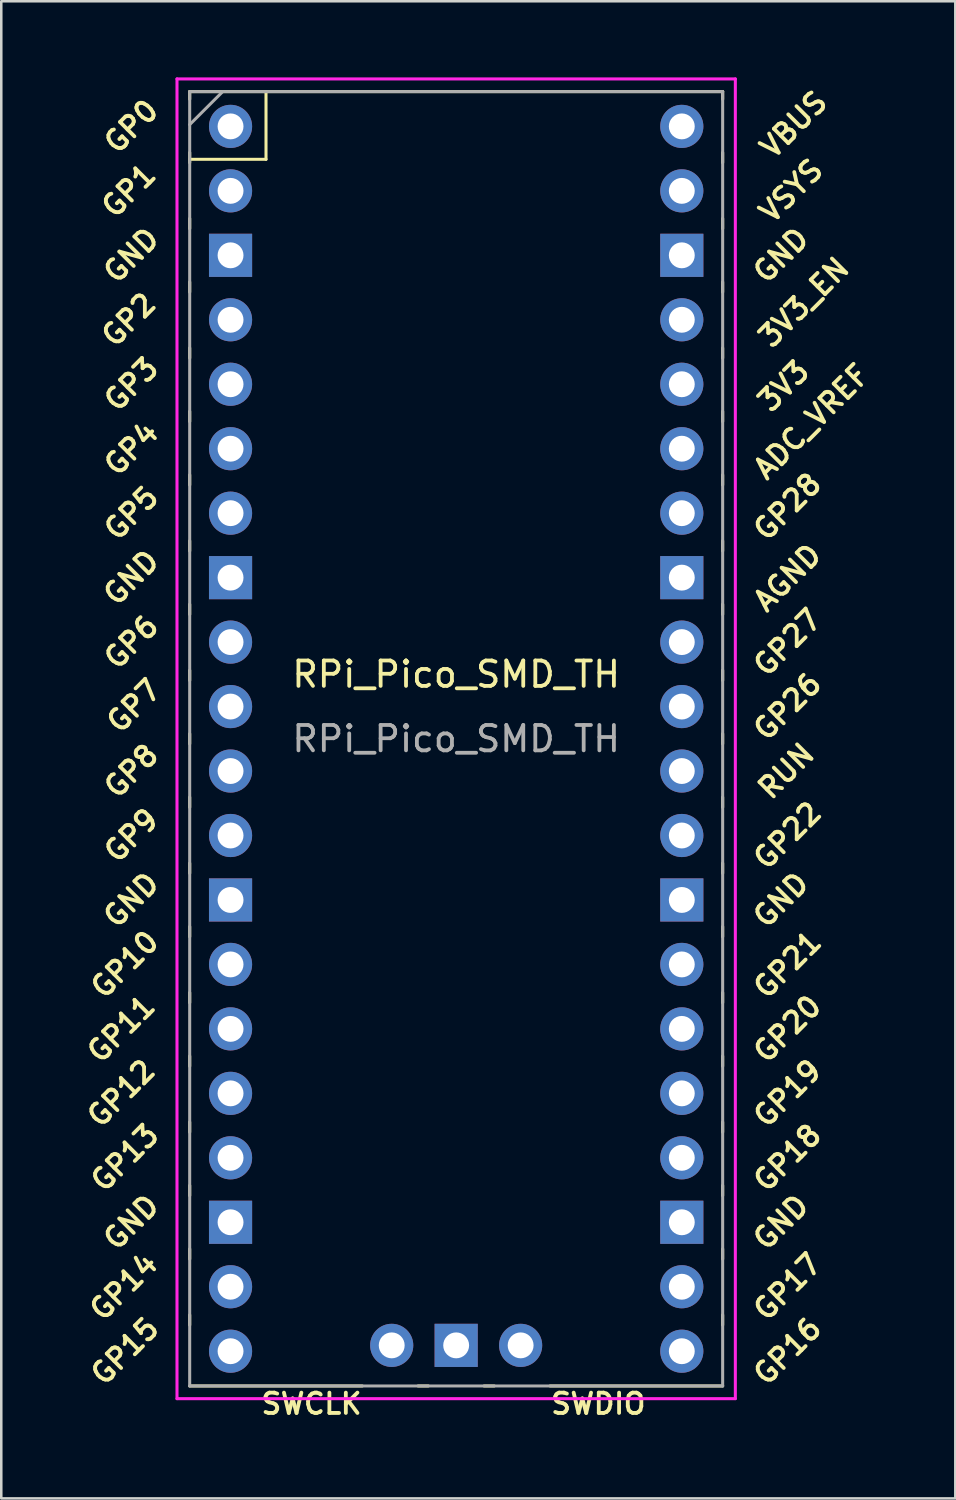
<source format=kicad_pcb>
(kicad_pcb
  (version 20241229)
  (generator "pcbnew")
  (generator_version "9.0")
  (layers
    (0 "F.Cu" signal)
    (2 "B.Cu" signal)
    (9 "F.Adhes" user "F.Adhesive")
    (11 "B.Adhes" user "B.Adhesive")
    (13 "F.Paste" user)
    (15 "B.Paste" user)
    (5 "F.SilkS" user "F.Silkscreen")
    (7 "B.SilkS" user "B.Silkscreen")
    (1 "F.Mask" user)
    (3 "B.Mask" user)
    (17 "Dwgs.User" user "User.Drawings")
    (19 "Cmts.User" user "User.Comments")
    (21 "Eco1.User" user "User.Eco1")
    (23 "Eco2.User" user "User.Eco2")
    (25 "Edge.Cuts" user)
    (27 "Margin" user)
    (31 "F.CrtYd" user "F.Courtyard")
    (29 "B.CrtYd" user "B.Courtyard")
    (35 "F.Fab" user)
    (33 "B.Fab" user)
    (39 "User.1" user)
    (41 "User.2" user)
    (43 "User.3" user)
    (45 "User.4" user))
  (footprint "RPi_Pico_SMD_TH"
    (layer "F.Cu")
    (at 14.924 26.06)
    (property "Reference" "RPi_Pico_SMD_TH" (at 0 -2.54 0) (layer "F.SilkS") (effects (font (size 1 1) (thickness 0.15))))
    (attr through_hole)
    (fp_line (start -10.5 -25.5) (end -10.5 -25.2) (stroke (width 0.12) (type solid)) (layer "F.SilkS"))
    (fp_line (start -10.5 -25.5) (end 10.5 -25.5) (stroke (width 0.12) (type solid)) (layer "F.SilkS"))
    (fp_line (start -10.5 -23.1) (end -10.5 -22.7) (stroke (width 0.12) (type solid)) (layer "F.SilkS"))
    (fp_line (start -10.5 -22.833) (end -7.493 -22.833) (stroke (width 0.12) (type solid)) (layer "F.SilkS"))
    (fp_line (start -10.5 -20.5) (end -10.5 -20.1) (stroke (width 0.12) (type solid)) (layer "F.SilkS"))
    (fp_line (start -10.5 -18) (end -10.5 -17.6) (stroke (width 0.12) (type solid)) (layer "F.SilkS"))
    (fp_line (start -10.5 -15.4) (end -10.5 -15) (stroke (width 0.12) (type solid)) (layer "F.SilkS"))
    (fp_line (start -10.5 -12.9) (end -10.5 -12.5) (stroke (width 0.12) (type solid)) (layer "F.SilkS"))
    (fp_line (start -10.5 -10.4) (end -10.5 -10) (stroke (width 0.12) (type solid)) (layer "F.SilkS"))
    (fp_line (start -10.5 -7.8) (end -10.5 -7.4) (stroke (width 0.12) (type solid)) (layer "F.SilkS"))
    (fp_line (start -10.5 -5.3) (end -10.5 -4.9) (stroke (width 0.12) (type solid)) (layer "F.SilkS"))
    (fp_line (start -10.5 -2.7) (end -10.5 -2.3) (stroke (width 0.12) (type solid)) (layer "F.SilkS"))
    (fp_line (start -10.5 -0.2) (end -10.5 0.2) (stroke (width 0.12) (type solid)) (layer "F.SilkS"))
    (fp_line (start -10.5 2.3) (end -10.5 2.7) (stroke (width 0.12) (type solid)) (layer "F.SilkS"))
    (fp_line (start -10.5 4.9) (end -10.5 5.3) (stroke (width 0.12) (type solid)) (layer "F.SilkS"))
    (fp_line (start -10.5 7.4) (end -10.5 7.8) (stroke (width 0.12) (type solid)) (layer "F.SilkS"))
    (fp_line (start -10.5 10) (end -10.5 10.4) (stroke (width 0.12) (type solid)) (layer "F.SilkS"))
    (fp_line (start -10.5 12.5) (end -10.5 12.9) (stroke (width 0.12) (type solid)) (layer "F.SilkS"))
    (fp_line (start -10.5 15.1) (end -10.5 15.5) (stroke (width 0.12) (type solid)) (layer "F.SilkS"))
    (fp_line (start -10.5 17.6) (end -10.5 18) (stroke (width 0.12) (type solid)) (layer "F.SilkS"))
    (fp_line (start -10.5 20.1) (end -10.5 20.5) (stroke (width 0.12) (type solid)) (layer "F.SilkS"))
    (fp_line (start -10.5 22.7) (end -10.5 23.1) (stroke (width 0.12) (type solid)) (layer "F.SilkS"))
    (fp_line (start -7.493 -22.833) (end -7.493 -25.5) (stroke (width 0.12) (type solid)) (layer "F.SilkS"))
    (fp_line (start -3.7 25.5) (end -10.5 25.5) (stroke (width 0.12) (type solid)) (layer "F.SilkS"))
    (fp_line (start -1.5 25.5) (end -1.1 25.5) (stroke (width 0.12) (type solid)) (layer "F.SilkS"))
    (fp_line (start 1.1 25.5) (end 1.5 25.5) (stroke (width 0.12) (type solid)) (layer "F.SilkS"))
    (fp_line (start 10.5 -25.5) (end 10.5 -25.2) (stroke (width 0.12) (type solid)) (layer "F.SilkS"))
    (fp_line (start 10.5 -23.1) (end 10.5 -22.7) (stroke (width 0.12) (type solid)) (layer "F.SilkS"))
    (fp_line (start 10.5 -20.5) (end 10.5 -20.1) (stroke (width 0.12) (type solid)) (layer "F.SilkS"))
    (fp_line (start 10.5 -18) (end 10.5 -17.6) (stroke (width 0.12) (type solid)) (layer "F.SilkS"))
    (fp_line (start 10.5 -15.4) (end 10.5 -15) (stroke (width 0.12) (type solid)) (layer "F.SilkS"))
    (fp_line (start 10.5 -12.9) (end 10.5 -12.5) (stroke (width 0.12) (type solid)) (layer "F.SilkS"))
    (fp_line (start 10.5 -10.4) (end 10.5 -10) (stroke (width 0.12) (type solid)) (layer "F.SilkS"))
    (fp_line (start 10.5 -7.8) (end 10.5 -7.4) (stroke (width 0.12) (type solid)) (layer "F.SilkS"))
    (fp_line (start 10.5 -5.3) (end 10.5 -4.9) (stroke (width 0.12) (type solid)) (layer "F.SilkS"))
    (fp_line (start 10.5 -2.7) (end 10.5 -2.3) (stroke (width 0.12) (type solid)) (layer "F.SilkS"))
    (fp_line (start 10.5 -0.2) (end 10.5 0.2) (stroke (width 0.12) (type solid)) (layer "F.SilkS"))
    (fp_line (start 10.5 2.3) (end 10.5 2.7) (stroke (width 0.12) (type solid)) (layer "F.SilkS"))
    (fp_line (start 10.5 4.9) (end 10.5 5.3) (stroke (width 0.12) (type solid)) (layer "F.SilkS"))
    (fp_line (start 10.5 7.4) (end 10.5 7.8) (stroke (width 0.12) (type solid)) (layer "F.SilkS"))
    (fp_line (start 10.5 10) (end 10.5 10.4) (stroke (width 0.12) (type solid)) (layer "F.SilkS"))
    (fp_line (start 10.5 12.5) (end 10.5 12.9) (stroke (width 0.12) (type solid)) (layer "F.SilkS"))
    (fp_line (start 10.5 15.1) (end 10.5 15.5) (stroke (width 0.12) (type solid)) (layer "F.SilkS"))
    (fp_line (start 10.5 17.6) (end 10.5 18) (stroke (width 0.12) (type solid)) (layer "F.SilkS"))
    (fp_line (start 10.5 20.1) (end 10.5 20.5) (stroke (width 0.12) (type solid)) (layer "F.SilkS"))
    (fp_line (start 10.5 22.7) (end 10.5 23.1) (stroke (width 0.12) (type solid)) (layer "F.SilkS"))
    (fp_line (start 10.5 25.5) (end 3.7 25.5) (stroke (width 0.12) (type solid)) (layer "F.SilkS"))
    (fp_line (start -11 -26) (end 11 -26) (stroke (width 0.12) (type solid)) (layer "F.CrtYd"))
    (fp_line (start -11 26) (end -11 -26) (stroke (width 0.12) (type solid)) (layer "F.CrtYd"))
    (fp_line (start 11 -26) (end 11 26) (stroke (width 0.12) (type solid)) (layer "F.CrtYd"))
    (fp_line (start 11 26) (end -11 26) (stroke (width 0.12) (type solid)) (layer "F.CrtYd"))
    (fp_line (start -10.5 -25.5) (end 10.5 -25.5) (stroke (width 0.12) (type solid)) (layer "F.Fab"))
    (fp_line (start -10.5 -24.2) (end -9.2 -25.5) (stroke (width 0.12) (type solid)) (layer "F.Fab"))
    (fp_line (start -10.5 25.5) (end -10.5 -25.5) (stroke (width 0.12) (type solid)) (layer "F.Fab"))
    (fp_line (start 10.5 -25.5) (end 10.5 25.5) (stroke (width 0.12) (type solid)) (layer "F.Fab"))
    (fp_line (start 10.5 25.5) (end -10.5 25.5) (stroke (width 0.12) (type solid)) (layer "F.Fab"))
    (fp_text user "GP1" (at -12.9 -21.6 45) (layer "F.SilkS") (effects (font (size 0.8 0.8) (thickness 0.15))))
    (fp_text user "GP28" (at 13.054 -9.144 45) (layer "F.SilkS") (effects (font (size 0.8 0.8) (thickness 0.15))))
    (fp_text user "RUN" (at 13 1.27 45) (layer "F.SilkS") (effects (font (size 0.8 0.8) (thickness 0.15))))
    (fp_text user "GP20" (at 13.054 11.43 45) (layer "F.SilkS") (effects (font (size 0.8 0.8) (thickness 0.15))))
    (fp_text user "GP9" (at -12.8 3.81 45) (layer "F.SilkS") (effects (font (size 0.8 0.8) (thickness 0.15))))
    (fp_text user "GP4" (at -12.8 -11.43 45) (layer "F.SilkS") (effects (font (size 0.8 0.8) (thickness 0.15))))
    (fp_text user "GP22" (at 13.054 3.81 45) (layer "F.SilkS") (effects (font (size 0.8 0.8) (thickness 0.15))))
    (fp_text user "GP21" (at 13.054 8.9 45) (layer "F.SilkS") (effects (font (size 0.8 0.8) (thickness 0.15))))
    (fp_text user "GND" (at 12.8 6.35 45) (layer "F.SilkS") (effects (font (size 0.8 0.8) (thickness 0.15))))
    (fp_text user "GND" (at -12.8 -6.35 45) (layer "F.SilkS") (effects (font (size 0.8 0.8) (thickness 0.15))))
    (fp_text user "GP14" (at -13.1 21.59 45) (layer "F.SilkS") (effects (font (size 0.8 0.8) (thickness 0.15))))
    (fp_text user "GP16" (at 13.054 24.13 45) (layer "F.SilkS") (effects (font (size 0.8 0.8) (thickness 0.15))))
    (fp_text user "GP7" (at -12.7 -1.3 45) (layer "F.SilkS") (effects (font (size 0.8 0.8) (thickness 0.15))))
    (fp_text user "GP13" (at -13.054 16.51 45) (layer "F.SilkS") (effects (font (size 0.8 0.8) (thickness 0.15))))
    (fp_text user "GP5" (at -12.8 -8.89 45) (layer "F.SilkS") (effects (font (size 0.8 0.8) (thickness 0.15))))
    (fp_text user "GND" (at 12.8 -19.05 45) (layer "F.SilkS") (effects (font (size 0.8 0.8) (thickness 0.15))))
    (fp_text user "AGND" (at 13.054 -6.35 45) (layer "F.SilkS") (effects (font (size 0.8 0.8) (thickness 0.15))))
    (fp_text user "GP15" (at -13.054 24.13 45) (layer "F.SilkS") (effects (font (size 0.8 0.8) (thickness 0.15))))
    (fp_text user "GP19" (at 13.054 13.97 45) (layer "F.SilkS") (effects (font (size 0.8 0.8) (thickness 0.15))))
    (fp_text user "GP27" (at 13.054 -3.8 45) (layer "F.SilkS") (effects (font (size 0.8 0.8) (thickness 0.15))))
    (fp_text user "GP17" (at 13.054 21.59 45) (layer "F.SilkS") (effects (font (size 0.8 0.8) (thickness 0.15))))
    (fp_text user "GP18" (at 13.054 16.51 45) (layer "F.SilkS") (effects (font (size 0.8 0.8) (thickness 0.15))))
    (fp_text user "GP8" (at -12.8 1.27 45) (layer "F.SilkS") (effects (font (size 0.8 0.8) (thickness 0.15))))
    (fp_text user "GP10" (at -13.054 8.89 45) (layer "F.SilkS") (effects (font (size 0.8 0.8) (thickness 0.15))))
    (fp_text user "ADC_VREF" (at 14 -12.5 45) (layer "F.SilkS") (effects (font (size 0.8 0.8) (thickness 0.15))))
    (fp_text user "SWCLK" (at -5.7 26.2 0) (layer "F.SilkS") (effects (font (size 0.8 0.8) (thickness 0.15))))
    (fp_text user "GP11" (at -13.2 11.43 45) (layer "F.SilkS") (effects (font (size 0.8 0.8) (thickness 0.15))))
    (fp_text user "GP2" (at -12.9 -16.51 45) (layer "F.SilkS") (effects (font (size 0.8 0.8) (thickness 0.15))))
    (fp_text user "VBUS" (at 13.3 -24.2 45) (layer "F.SilkS") (effects (font (size 0.8 0.8) (thickness 0.15))))
    (fp_text user "GP3" (at -12.8 -13.97 45) (layer "F.SilkS") (effects (font (size 0.8 0.8) (thickness 0.15))))
    (fp_text user "GP0" (at -12.8 -24.13 45) (layer "F.SilkS") (effects (font (size 0.8 0.8) (thickness 0.15))))
    (fp_text user "GND" (at -12.8 19.05 45) (layer "F.SilkS") (effects (font (size 0.8 0.8) (thickness 0.15))))
    (fp_text user "GP26" (at 13.054 -1.27 45) (layer "F.SilkS") (effects (font (size 0.8 0.8) (thickness 0.15))))
    (fp_text user "GP6" (at -12.8 -3.81 45) (layer "F.SilkS") (effects (font (size 0.8 0.8) (thickness 0.15))))
    (fp_text user "3V3" (at 12.9 -13.9 45) (layer "F.SilkS") (effects (font (size 0.8 0.8) (thickness 0.15))))
    (fp_text user "GND" (at -12.8 6.35 45) (layer "F.SilkS") (effects (font (size 0.8 0.8) (thickness 0.15))))
    (fp_text user "VSYS" (at 13.2 -21.59 45) (layer "F.SilkS") (effects (font (size 0.8 0.8) (thickness 0.15))))
    (fp_text user "GP12" (at -13.2 13.97 45) (layer "F.SilkS") (effects (font (size 0.8 0.8) (thickness 0.15))))
    (fp_text user "GND" (at 12.8 19.05 45) (layer "F.SilkS") (effects (font (size 0.8 0.8) (thickness 0.15))))
    (fp_text user "GND" (at -12.8 -19.05 45) (layer "F.SilkS") (effects (font (size 0.8 0.8) (thickness 0.15))))
    (fp_text user "3V3_EN" (at 13.7 -17.2 45) (layer "F.SilkS") (effects (font (size 0.8 0.8) (thickness 0.15))))
    (fp_text user "SWDIO" (at 5.6 26.2 0) (layer "F.SilkS") (effects (font (size 0.8 0.8) (thickness 0.15))))
    (fp_text user "${REFERENCE}" (at 0 0 180) (layer "F.Fab") (effects (font (size 1 1) (thickness 0.15))))
    (pad "1" thru_hole oval (at -8.89 -24.13) (size 1.7 1.7) (drill 1.02) (layers "*.Cu" "*.Mask"))
    (pad "2" thru_hole oval (at -8.89 -21.59) (size 1.7 1.7) (drill 1.02) (layers "*.Cu" "*.Mask"))
    (pad "3" thru_hole rect (at -8.89 -19.05) (size 1.7 1.7) (drill 1.02) (layers "*.Cu" "*.Mask"))
    (pad "4" thru_hole oval (at -8.89 -16.51) (size 1.7 1.7) (drill 1.02) (layers "*.Cu" "*.Mask"))
    (pad "5" thru_hole oval (at -8.89 -13.97) (size 1.7 1.7) (drill 1.02) (layers "*.Cu" "*.Mask"))
    (pad "6" thru_hole oval (at -8.89 -11.43) (size 1.7 1.7) (drill 1.02) (layers "*.Cu" "*.Mask"))
    (pad "7" thru_hole oval (at -8.89 -8.89) (size 1.7 1.7) (drill 1.02) (layers "*.Cu" "*.Mask"))
    (pad "8" thru_hole rect (at -8.89 -6.35) (size 1.7 1.7) (drill 1.02) (layers "*.Cu" "*.Mask"))
    (pad "9" thru_hole oval (at -8.89 -3.81) (size 1.7 1.7) (drill 1.02) (layers "*.Cu" "*.Mask"))
    (pad "10" thru_hole oval (at -8.89 -1.27) (size 1.7 1.7) (drill 1.02) (layers "*.Cu" "*.Mask"))
    (pad "11" thru_hole oval (at -8.89 1.27) (size 1.7 1.7) (drill 1.02) (layers "*.Cu" "*.Mask"))
    (pad "12" thru_hole oval (at -8.89 3.81) (size 1.7 1.7) (drill 1.02) (layers "*.Cu" "*.Mask"))
    (pad "13" thru_hole rect (at -8.89 6.35) (size 1.7 1.7) (drill 1.02) (layers "*.Cu" "*.Mask"))
    (pad "14" thru_hole oval (at -8.89 8.89) (size 1.7 1.7) (drill 1.02) (layers "*.Cu" "*.Mask"))
    (pad "15" thru_hole oval (at -8.89 11.43) (size 1.7 1.7) (drill 1.02) (layers "*.Cu" "*.Mask"))
    (pad "16" thru_hole oval (at -8.89 13.97) (size 1.7 1.7) (drill 1.02) (layers "*.Cu" "*.Mask"))
    (pad "17" thru_hole oval (at -8.89 16.51) (size 1.7 1.7) (drill 1.02) (layers "*.Cu" "*.Mask"))
    (pad "18" thru_hole rect (at -8.89 19.05) (size 1.7 1.7) (drill 1.02) (layers "*.Cu" "*.Mask"))
    (pad "19" thru_hole oval (at -8.89 21.59) (size 1.7 1.7) (drill 1.02) (layers "*.Cu" "*.Mask"))
    (pad "20" thru_hole oval (at -8.89 24.13) (size 1.7 1.7) (drill 1.02) (layers "*.Cu" "*.Mask"))
    (pad "21" thru_hole oval (at 8.89 24.13) (size 1.7 1.7) (drill 1.02) (layers "*.Cu" "*.Mask"))
    (pad "22" thru_hole oval (at 8.89 21.59) (size 1.7 1.7) (drill 1.02) (layers "*.Cu" "*.Mask"))
    (pad "23" thru_hole rect (at 8.89 19.05) (size 1.7 1.7) (drill 1.02) (layers "*.Cu" "*.Mask"))
    (pad "24" thru_hole oval (at 8.89 16.51) (size 1.7 1.7) (drill 1.02) (layers "*.Cu" "*.Mask"))
    (pad "25" thru_hole oval (at 8.89 13.97) (size 1.7 1.7) (drill 1.02) (layers "*.Cu" "*.Mask"))
    (pad "26" thru_hole oval (at 8.89 11.43) (size 1.7 1.7) (drill 1.02) (layers "*.Cu" "*.Mask"))
    (pad "27" thru_hole oval (at 8.89 8.89) (size 1.7 1.7) (drill 1.02) (layers "*.Cu" "*.Mask"))
    (pad "28" thru_hole rect (at 8.89 6.35) (size 1.7 1.7) (drill 1.02) (layers "*.Cu" "*.Mask"))
    (pad "29" thru_hole oval (at 8.89 3.81) (size 1.7 1.7) (drill 1.02) (layers "*.Cu" "*.Mask"))
    (pad "30" thru_hole oval (at 8.89 1.27) (size 1.7 1.7) (drill 1.02) (layers "*.Cu" "*.Mask"))
    (pad "31" thru_hole oval (at 8.89 -1.27) (size 1.7 1.7) (drill 1.02) (layers "*.Cu" "*.Mask"))
    (pad "32" thru_hole oval (at 8.89 -3.81) (size 1.7 1.7) (drill 1.02) (layers "*.Cu" "*.Mask"))
    (pad "33" thru_hole rect (at 8.89 -6.35) (size 1.7 1.7) (drill 1.02) (layers "*.Cu" "*.Mask"))
    (pad "34" thru_hole oval (at 8.89 -8.89) (size 1.7 1.7) (drill 1.02) (layers "*.Cu" "*.Mask"))
    (pad "35" thru_hole oval (at 8.89 -11.43) (size 1.7 1.7) (drill 1.02) (layers "*.Cu" "*.Mask"))
    (pad "36" thru_hole oval (at 8.89 -13.97) (size 1.7 1.7) (drill 1.02) (layers "*.Cu" "*.Mask"))
    (pad "37" thru_hole oval (at 8.89 -16.51) (size 1.7 1.7) (drill 1.02) (layers "*.Cu" "*.Mask"))
    (pad "38" thru_hole rect (at 8.89 -19.05) (size 1.7 1.7) (drill 1.02) (layers "*.Cu" "*.Mask"))
    (pad "39" thru_hole oval (at 8.89 -21.59) (size 1.7 1.7) (drill 1.02) (layers "*.Cu" "*.Mask"))
    (pad "40" thru_hole oval (at 8.89 -24.13) (size 1.7 1.7) (drill 1.02) (layers "*.Cu" "*.Mask"))
    (pad "41" thru_hole oval (at -2.54 23.9) (size 1.7 1.7) (drill 1.02) (layers "*.Cu" "*.Mask"))
    (pad "42" thru_hole rect (at 0 23.9) (size 1.7 1.7) (drill 1.02) (layers "*.Cu" "*.Mask"))
    (pad "43" thru_hole oval (at 2.54 23.9) (size 1.7 1.7) (drill 1.02) (layers "*.Cu" "*.Mask")))
  (gr_rect
    (start -3 -3)
    (end 34.591 55.991)
    (stroke (width 0.1) (type default))
    (fill no)
    (layer "Edge.Cuts")))
</source>
